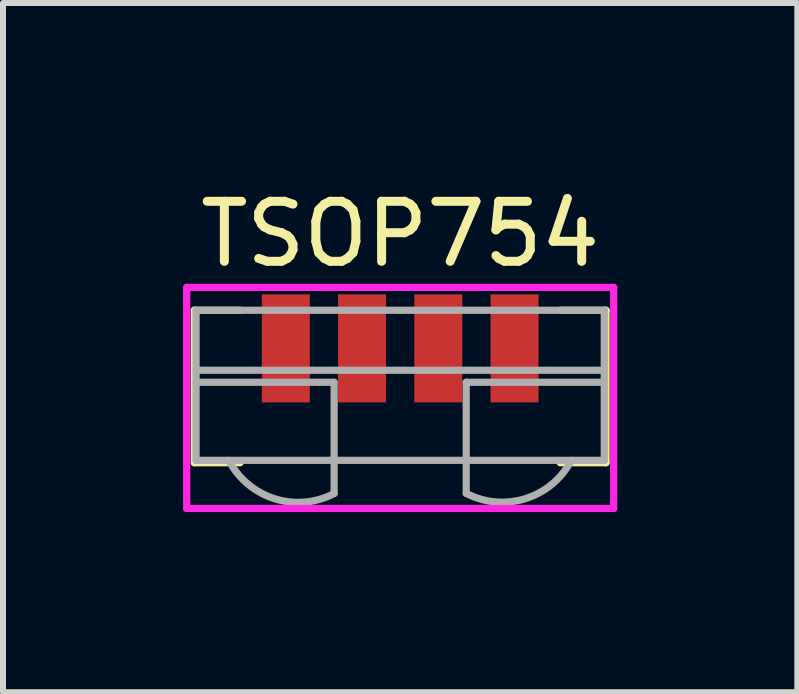
<source format=kicad_pcb>
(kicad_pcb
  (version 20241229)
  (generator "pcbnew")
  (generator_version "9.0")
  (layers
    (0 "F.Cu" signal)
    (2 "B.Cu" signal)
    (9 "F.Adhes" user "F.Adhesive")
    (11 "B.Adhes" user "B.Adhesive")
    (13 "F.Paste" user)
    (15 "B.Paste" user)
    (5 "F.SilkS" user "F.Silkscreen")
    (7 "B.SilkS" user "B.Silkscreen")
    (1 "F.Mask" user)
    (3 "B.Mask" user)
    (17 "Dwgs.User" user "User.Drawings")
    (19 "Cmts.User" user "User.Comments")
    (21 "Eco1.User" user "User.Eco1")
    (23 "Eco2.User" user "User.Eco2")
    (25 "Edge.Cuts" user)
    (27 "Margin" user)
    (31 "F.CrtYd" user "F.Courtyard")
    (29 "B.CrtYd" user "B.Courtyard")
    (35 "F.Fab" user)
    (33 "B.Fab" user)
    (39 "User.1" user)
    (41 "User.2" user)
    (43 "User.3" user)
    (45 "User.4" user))
  (footprint "TSOP754"
    (layer "F.Cu")
    (at 3.616 2.753)
    (property "Reference" "TSOP754" (at 0 -1.905 0) (layer "F.SilkS") (effects (font (size 1 1) (thickness 0.15))))
    (attr through_hole)
    (fp_line (start -3.429 -0.635) (end -3.429 1.905) (stroke (width 0.12) (type solid)) (layer "F.SilkS"))
    (fp_line (start -3.429 1.905) (end -2.667 1.905) (stroke (width 0.12) (type solid)) (layer "F.SilkS"))
    (fp_line (start -2.667 -0.635) (end -3.429 -0.635) (stroke (width 0.12) (type solid)) (layer "F.SilkS"))
    (fp_line (start 2.667 -0.635) (end 3.429 -0.635) (stroke (width 0.12) (type solid)) (layer "F.SilkS"))
    (fp_line (start 3.429 -0.635) (end 3.429 1.905) (stroke (width 0.12) (type solid)) (layer "F.SilkS"))
    (fp_line (start 3.429 1.905) (end 2.667 1.905) (stroke (width 0.12) (type solid)) (layer "F.SilkS"))
    (fp_line (start -3.556 -1.016) (end -3.556 2.667) (stroke (width 0.12) (type solid)) (layer "F.CrtYd"))
    (fp_line (start -3.556 2.667) (end 3.556 2.667) (stroke (width 0.12) (type solid)) (layer "F.CrtYd"))
    (fp_line (start 3.556 -1.016) (end -3.556 -1.016) (stroke (width 0.12) (type solid)) (layer "F.CrtYd"))
    (fp_line (start 3.556 2.667) (end 3.556 -1.016) (stroke (width 0.12) (type solid)) (layer "F.CrtYd"))
    (fp_line (start -3.4 -0.635) (end -3.4 1.865) (stroke (width 0.12) (type solid)) (layer "F.Fab"))
    (fp_line (start -3.4 -0.635) (end 3.4 -0.635) (stroke (width 0.12) (type solid)) (layer "F.Fab"))
    (fp_line (start -3.4 0.365) (end 3.4 0.365) (stroke (width 0.12) (type solid)) (layer "F.Fab"))
    (fp_line (start -3.4 1.865) (end 3.4 1.865) (stroke (width 0.12) (type solid)) (layer "F.Fab"))
    (fp_line (start -1.1 0.565) (end -3.4 0.565) (stroke (width 0.12) (type solid)) (layer "F.Fab"))
    (fp_line (start -1.1 0.565) (end -1.1 2.415) (stroke (width 0.12) (type solid)) (layer "F.Fab"))
    (fp_line (start 1.1 0.565) (end 1.1 2.415) (stroke (width 0.12) (type solid)) (layer "F.Fab"))
    (fp_line (start 1.1 0.565) (end 3.4 0.565) (stroke (width 0.12) (type solid)) (layer "F.Fab"))
    (fp_line (start 3.4 -0.635) (end 3.4 1.865) (stroke (width 0.12) (type solid)) (layer "F.Fab"))
    (fp_arc (start -1.098665 2.417559) (mid -2.090346 2.505011) (end -2.853113 1.865272) (stroke (width 0.12) (type solid)) (layer "F.Fab"))
    (fp_arc (start 2.849999 1.864999) (mid 2.088909 2.502435) (end 1.100001 2.414999) (stroke (width 0.12) (type solid)) (layer "F.Fab"))
    (pad "1" smd rect (at -1.905 0) (size 0.8 1.8) (layers "F.Cu" "F.Mask" "F.Paste"))
    (pad "2" smd rect (at -0.635 0) (size 0.8 1.8) (layers "F.Cu" "F.Mask" "F.Paste"))
    (pad "3" smd rect (at 0.635 0) (size 0.8 1.8) (layers "F.Cu" "F.Mask" "F.Paste"))
    (pad "4" smd rect (at 1.905 0) (size 0.8 1.8) (layers "F.Cu" "F.Mask" "F.Paste")))
  (gr_rect
    (start -3 -3)
    (end 10.232 8.48)
    (stroke (width 0.1) (type default))
    (fill no)
    (layer "Edge.Cuts")))
</source>
